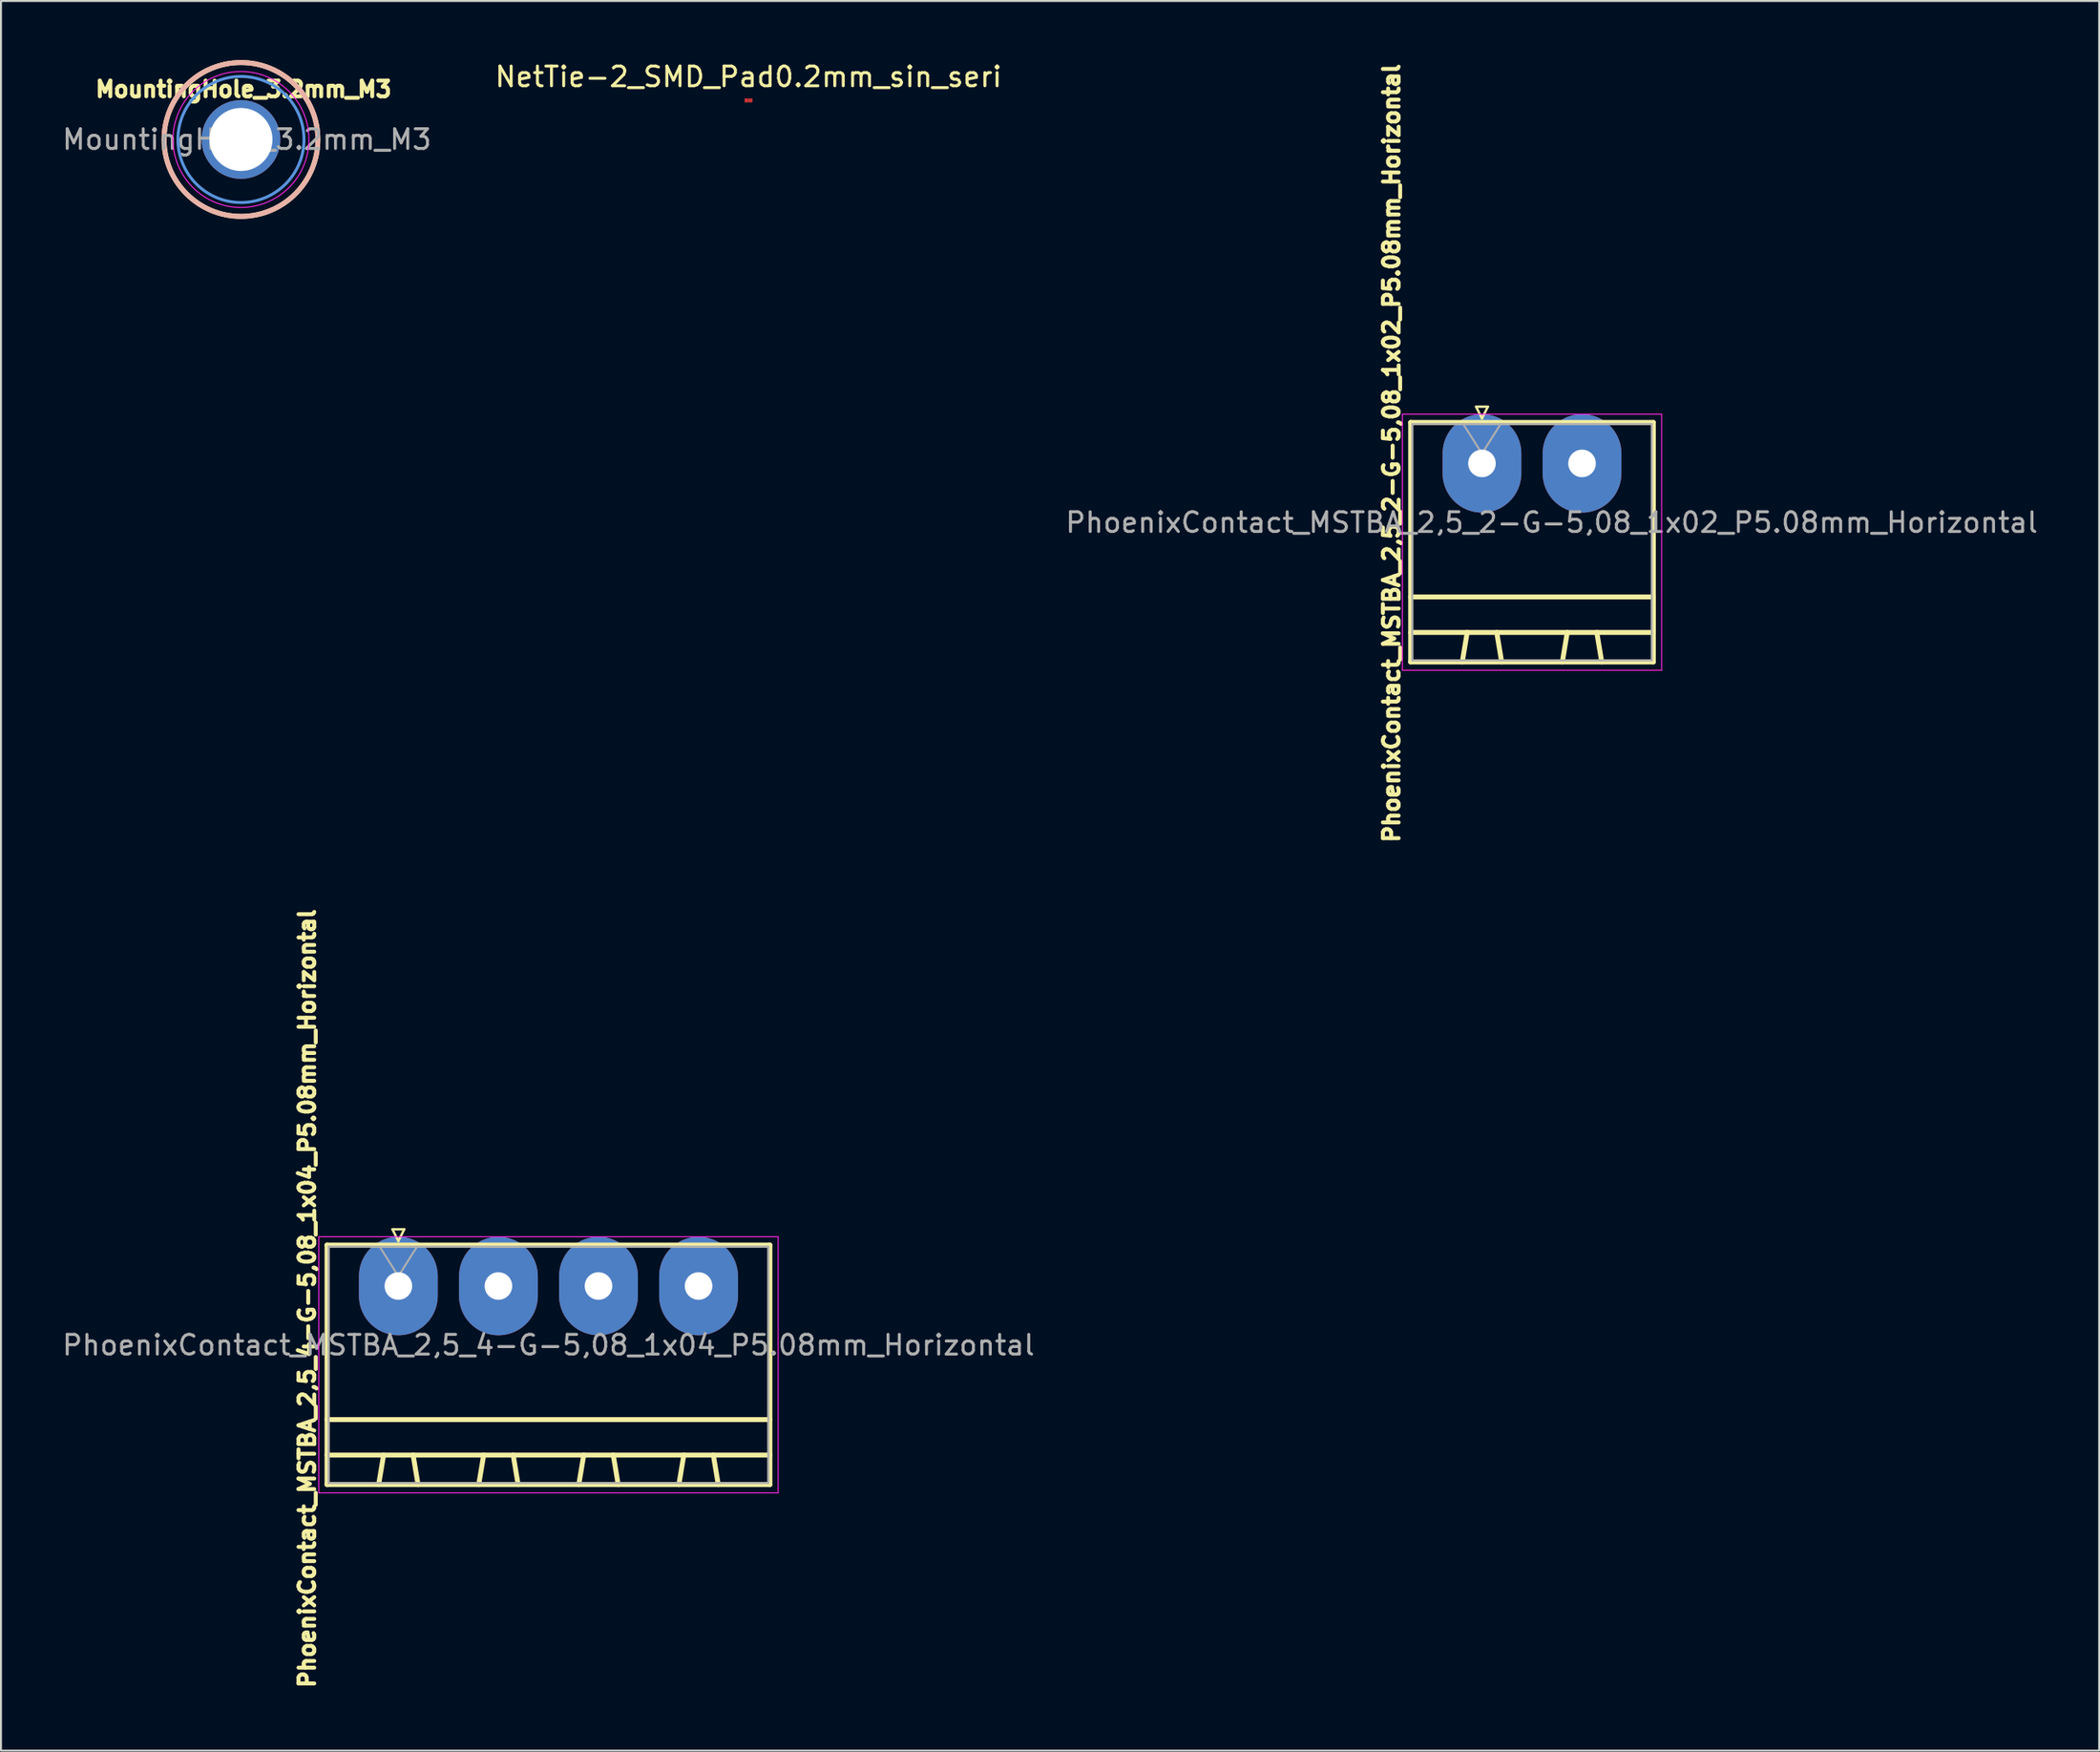
<source format=kicad_pcb>
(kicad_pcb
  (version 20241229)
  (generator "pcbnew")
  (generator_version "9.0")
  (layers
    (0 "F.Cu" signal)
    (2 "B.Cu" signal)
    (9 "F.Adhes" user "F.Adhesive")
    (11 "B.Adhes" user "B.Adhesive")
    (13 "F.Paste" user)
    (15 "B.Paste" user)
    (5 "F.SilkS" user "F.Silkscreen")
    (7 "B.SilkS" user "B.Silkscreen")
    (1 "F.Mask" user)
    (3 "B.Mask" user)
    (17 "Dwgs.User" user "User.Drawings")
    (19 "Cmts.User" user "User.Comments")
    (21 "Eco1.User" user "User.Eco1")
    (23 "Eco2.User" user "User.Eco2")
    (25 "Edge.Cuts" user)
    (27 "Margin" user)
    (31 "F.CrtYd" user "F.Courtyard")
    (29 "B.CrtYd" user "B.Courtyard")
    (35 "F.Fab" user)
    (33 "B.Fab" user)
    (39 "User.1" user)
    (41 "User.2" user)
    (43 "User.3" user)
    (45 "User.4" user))
  (footprint "MountingHole_3.2mm_M3"
    (layer "F.Cu")
    (at 9.182 4.03)
    (property "Reference" "MountingHole_3.2mm_M3" (at 0.13 -2.551 0) (layer "F.SilkS") (effects (font (size 0.8 0.8) (thickness 0.2))))
    (attr exclude_from_pos_files exclude_from_bom)
    (fp_circle (center 0 0) (end 3 2.5) (stroke (width 0.25) (type solid)) (fill no) (layer "F.SilkS"))
    (fp_circle (center 0 0) (end 3 2.5) (stroke (width 0.25) (type solid)) (fill no) (layer "B.SilkS"))
    (fp_circle (center 0 0) (end 3.2 0) (stroke (width 0.15) (type solid)) (fill no) (layer "Cmts.User"))
    (fp_circle (center 0 0) (end 3.45 0) (stroke (width 0.05) (type solid)) (fill no) (layer "F.CrtYd"))
    (fp_text user "${REFERENCE}" (at 0.3 0 0) (layer "F.Fab") (effects (font (size 1 1) (thickness 0.15))))
    (pad "" thru_hole circle (at 0 0) (size 4 4) (drill 3.2) (layers "*.Cu" "*.Mask")))
  (footprint "PhoenixContact_MSTBA_2,5_2-G-5,08_1x02_P5.08mm_Horizontal"
    (layer "F.Cu")
    (at 72.18 20.473)
    (property "Reference" "PhoenixContact_MSTBA_2,5_2-G-5,08_1x02_P5.08mm_Horizontal" (at -4.589 -0.52 90) (layer "F.SilkS") (effects (font (size 0.8 0.8) (thickness 0.2))))
    (attr through_hole)
    (fp_line (start -3.62 -2.08) (end -3.62 10.08) (stroke (width 0.25) (type solid)) (layer "F.SilkS"))
    (fp_line (start -3.62 6.78) (end 8.7 6.78) (stroke (width 0.25) (type solid)) (layer "F.SilkS"))
    (fp_line (start -3.62 8.58) (end -3.62 6.78) (stroke (width 0.12) (type solid)) (layer "F.SilkS"))
    (fp_line (start -3.62 10.08) (end 8.7 10.08) (stroke (width 0.25) (type solid)) (layer "F.SilkS"))
    (fp_line (start -1 10.08) (end 1 10.08) (stroke (width 0.12) (type solid)) (layer "F.SilkS"))
    (fp_line (start -0.75 8.58) (end -1 10.08) (stroke (width 0.25) (type solid)) (layer "F.SilkS"))
    (fp_line (start -0.3 -2.88) (end 0.3 -2.88) (stroke (width 0.12) (type solid)) (layer "F.SilkS"))
    (fp_line (start 0 -2.28) (end -0.3 -2.88) (stroke (width 0.12) (type solid)) (layer "F.SilkS"))
    (fp_line (start 0.3 -2.88) (end 0 -2.28) (stroke (width 0.12) (type solid)) (layer "F.SilkS"))
    (fp_line (start 0.75 8.58) (end -0.75 8.58) (stroke (width 0.12) (type solid)) (layer "F.SilkS"))
    (fp_line (start 1 10.08) (end 0.75 8.58) (stroke (width 0.25) (type solid)) (layer "F.SilkS"))
    (fp_line (start 4.08 10.08) (end 6.08 10.08) (stroke (width 0.12) (type solid)) (layer "F.SilkS"))
    (fp_line (start 4.33 8.58) (end 4.08 10.08) (stroke (width 0.25) (type solid)) (layer "F.SilkS"))
    (fp_line (start 5.83 8.58) (end 4.33 8.58) (stroke (width 0.12) (type solid)) (layer "F.SilkS"))
    (fp_line (start 6.08 10.08) (end 5.83 8.58) (stroke (width 0.25) (type solid)) (layer "F.SilkS"))
    (fp_line (start 8.7 -2.08) (end -3.62 -2.08) (stroke (width 0.25) (type solid)) (layer "F.SilkS"))
    (fp_line (start 8.7 6.78) (end 8.7 8.58) (stroke (width 0.25) (type solid)) (layer "F.SilkS"))
    (fp_line (start 8.7 8.58) (end -3.62 8.58) (stroke (width 0.25) (type solid)) (layer "F.SilkS"))
    (fp_line (start 8.7 10.08) (end 8.7 -2.08) (stroke (width 0.25) (type solid)) (layer "F.SilkS"))
    (fp_line (start -4.04 -2.5) (end -4.04 10.5) (stroke (width 0.05) (type solid)) (layer "F.CrtYd"))
    (fp_line (start -4.04 10.5) (end 9.12 10.5) (stroke (width 0.05) (type solid)) (layer "F.CrtYd"))
    (fp_line (start 9.12 -2.5) (end -4.04 -2.5) (stroke (width 0.05) (type solid)) (layer "F.CrtYd"))
    (fp_line (start 9.12 10.5) (end 9.12 -2.5) (stroke (width 0.05) (type solid)) (layer "F.CrtYd"))
    (fp_line (start -3.54 -2) (end -3.54 10) (stroke (width 0.1) (type solid)) (layer "F.Fab"))
    (fp_line (start -3.54 10) (end 8.62 10) (stroke (width 0.1) (type solid)) (layer "F.Fab"))
    (fp_line (start 0 -0.5) (end -0.95 -2) (stroke (width 0.1) (type solid)) (layer "F.Fab"))
    (fp_line (start 0.95 -2) (end 0 -0.5) (stroke (width 0.1) (type solid)) (layer "F.Fab"))
    (fp_line (start 8.62 -2) (end -3.54 -2) (stroke (width 0.1) (type solid)) (layer "F.Fab"))
    (fp_line (start 8.62 10) (end 8.62 -2) (stroke (width 0.1) (type solid)) (layer "F.Fab"))
    (fp_text user "${REFERENCE}" (at 3.54 3 0) (layer "F.Fab") (effects (font (size 1 1) (thickness 0.15))))
    (pad "1" thru_hole oval (at 0 0) (size 4 5) (drill 1.4) (layers "*.Cu" "*.Mask"))
    (pad "2" thru_hole oval (at 5.08 0) (size 4 5) (drill 1.4) (layers "*.Cu" "*.Mask")))
  (footprint "NetTie-2_SMD_Pad0.2mm_sin_seri"
    (layer "F.Cu")
    (at 34.946 2.048)
    (property "Reference" "NetTie-2_SMD_Pad0.2mm_sin_seri" (at 0 -1.2 0) (layer "F.SilkS") (effects (font (size 1 1) (thickness 0.15))))
    (attr exclude_from_pos_files exclude_from_bom)
    (pad "1" smd rect (at -0.1 0) (size 0.2 0.2) (layers "F.Cu"))
    (pad "2" smd rect (at 0.1 0) (size 0.2 0.2) (layers "F.Cu")))
  (footprint "PhoenixContact_MSTBA_2,5_4-G-5,08_1x04_P5.08mm_Horizontal"
    (layer "F.Cu")
    (at 17.172 62.23)
    (property "Reference" "PhoenixContact_MSTBA_2,5_4-G-5,08_1x04_P5.08mm_Horizontal" (at -4.629 0.63 90) (layer "F.SilkS") (effects (font (size 0.8 0.8) (thickness 0.2))))
    (attr through_hole)
    (fp_line (start -3.62 -2.08) (end -3.62 10.08) (stroke (width 0.25) (type solid)) (layer "F.SilkS"))
    (fp_line (start -3.62 6.78) (end 18.86 6.78) (stroke (width 0.25) (type solid)) (layer "F.SilkS"))
    (fp_line (start -3.62 8.58) (end -3.62 6.78) (stroke (width 0.12) (type solid)) (layer "F.SilkS"))
    (fp_line (start -3.62 10.08) (end 18.86 10.08) (stroke (width 0.25) (type solid)) (layer "F.SilkS"))
    (fp_line (start -1 10.08) (end 1 10.08) (stroke (width 0.12) (type solid)) (layer "F.SilkS"))
    (fp_line (start -0.75 8.58) (end -1 10.08) (stroke (width 0.25) (type solid)) (layer "F.SilkS"))
    (fp_line (start -0.3 -2.88) (end 0.3 -2.88) (stroke (width 0.12) (type solid)) (layer "F.SilkS"))
    (fp_line (start 0 -2.28) (end -0.3 -2.88) (stroke (width 0.12) (type solid)) (layer "F.SilkS"))
    (fp_line (start 0.3 -2.88) (end 0 -2.28) (stroke (width 0.12) (type solid)) (layer "F.SilkS"))
    (fp_line (start 0.75 8.58) (end -0.75 8.58) (stroke (width 0.12) (type solid)) (layer "F.SilkS"))
    (fp_line (start 1 10.08) (end 0.75 8.58) (stroke (width 0.25) (type solid)) (layer "F.SilkS"))
    (fp_line (start 4.08 10.08) (end 6.08 10.08) (stroke (width 0.12) (type solid)) (layer "F.SilkS"))
    (fp_line (start 4.33 8.58) (end 4.08 10.08) (stroke (width 0.25) (type solid)) (layer "F.SilkS"))
    (fp_line (start 5.83 8.58) (end 4.33 8.58) (stroke (width 0.12) (type solid)) (layer "F.SilkS"))
    (fp_line (start 6.08 10.08) (end 5.83 8.58) (stroke (width 0.25) (type solid)) (layer "F.SilkS"))
    (fp_line (start 9.16 10.08) (end 11.16 10.08) (stroke (width 0.12) (type solid)) (layer "F.SilkS"))
    (fp_line (start 9.41 8.58) (end 9.16 10.08) (stroke (width 0.25) (type solid)) (layer "F.SilkS"))
    (fp_line (start 10.91 8.58) (end 9.41 8.58) (stroke (width 0.12) (type solid)) (layer "F.SilkS"))
    (fp_line (start 11.16 10.08) (end 10.91 8.58) (stroke (width 0.25) (type solid)) (layer "F.SilkS"))
    (fp_line (start 14.24 10.08) (end 16.24 10.08) (stroke (width 0.12) (type solid)) (layer "F.SilkS"))
    (fp_line (start 14.49 8.58) (end 14.24 10.08) (stroke (width 0.25) (type solid)) (layer "F.SilkS"))
    (fp_line (start 15.99 8.58) (end 14.49 8.58) (stroke (width 0.12) (type solid)) (layer "F.SilkS"))
    (fp_line (start 16.24 10.08) (end 15.99 8.58) (stroke (width 0.25) (type solid)) (layer "F.SilkS"))
    (fp_line (start 18.86 -2.08) (end -3.62 -2.08) (stroke (width 0.25) (type solid)) (layer "F.SilkS"))
    (fp_line (start 18.86 6.78) (end 18.86 8.58) (stroke (width 0.12) (type solid)) (layer "F.SilkS"))
    (fp_line (start 18.86 8.58) (end -3.62 8.58) (stroke (width 0.25) (type solid)) (layer "F.SilkS"))
    (fp_line (start 18.86 10.08) (end 18.86 -2.08) (stroke (width 0.25) (type solid)) (layer "F.SilkS"))
    (fp_line (start -4.04 -2.5) (end -4.04 10.5) (stroke (width 0.05) (type solid)) (layer "F.CrtYd"))
    (fp_line (start -4.04 10.5) (end 19.28 10.5) (stroke (width 0.05) (type solid)) (layer "F.CrtYd"))
    (fp_line (start 19.28 -2.5) (end -4.04 -2.5) (stroke (width 0.05) (type solid)) (layer "F.CrtYd"))
    (fp_line (start 19.28 10.5) (end 19.28 -2.5) (stroke (width 0.05) (type solid)) (layer "F.CrtYd"))
    (fp_line (start -3.54 -2) (end -3.54 10) (stroke (width 0.1) (type solid)) (layer "F.Fab"))
    (fp_line (start -3.54 10) (end 18.78 10) (stroke (width 0.1) (type solid)) (layer "F.Fab"))
    (fp_line (start 0 -0.5) (end -0.95 -2) (stroke (width 0.1) (type solid)) (layer "F.Fab"))
    (fp_line (start 0.95 -2) (end 0 -0.5) (stroke (width 0.1) (type solid)) (layer "F.Fab"))
    (fp_line (start 18.78 -2) (end -3.54 -2) (stroke (width 0.1) (type solid)) (layer "F.Fab"))
    (fp_line (start 18.78 10) (end 18.78 -2) (stroke (width 0.1) (type solid)) (layer "F.Fab"))
    (fp_text user "${REFERENCE}" (at 7.62 3 0) (layer "F.Fab") (effects (font (size 1 1) (thickness 0.15))))
    (pad "1" thru_hole oval (at 0 0) (size 4 5) (drill 1.4) (layers "*.Cu" "*.Mask"))
    (pad "2" thru_hole oval (at 5.08 0) (size 4 5) (drill 1.4) (layers "*.Cu" "*.Mask"))
    (pad "3" thru_hole oval (at 10.16 0) (size 4 5) (drill 1.4) (layers "*.Cu" "*.Mask"))
    (pad "4" thru_hole oval (at 15.24 0) (size 4 5) (drill 1.4) (layers "*.Cu" "*.Mask")))
  (gr_rect
    (start -3 -3)
    (end 103.512 85.813)
    (stroke (width 0.1) (type default))
    (fill no)
    (layer "Edge.Cuts")))
</source>
